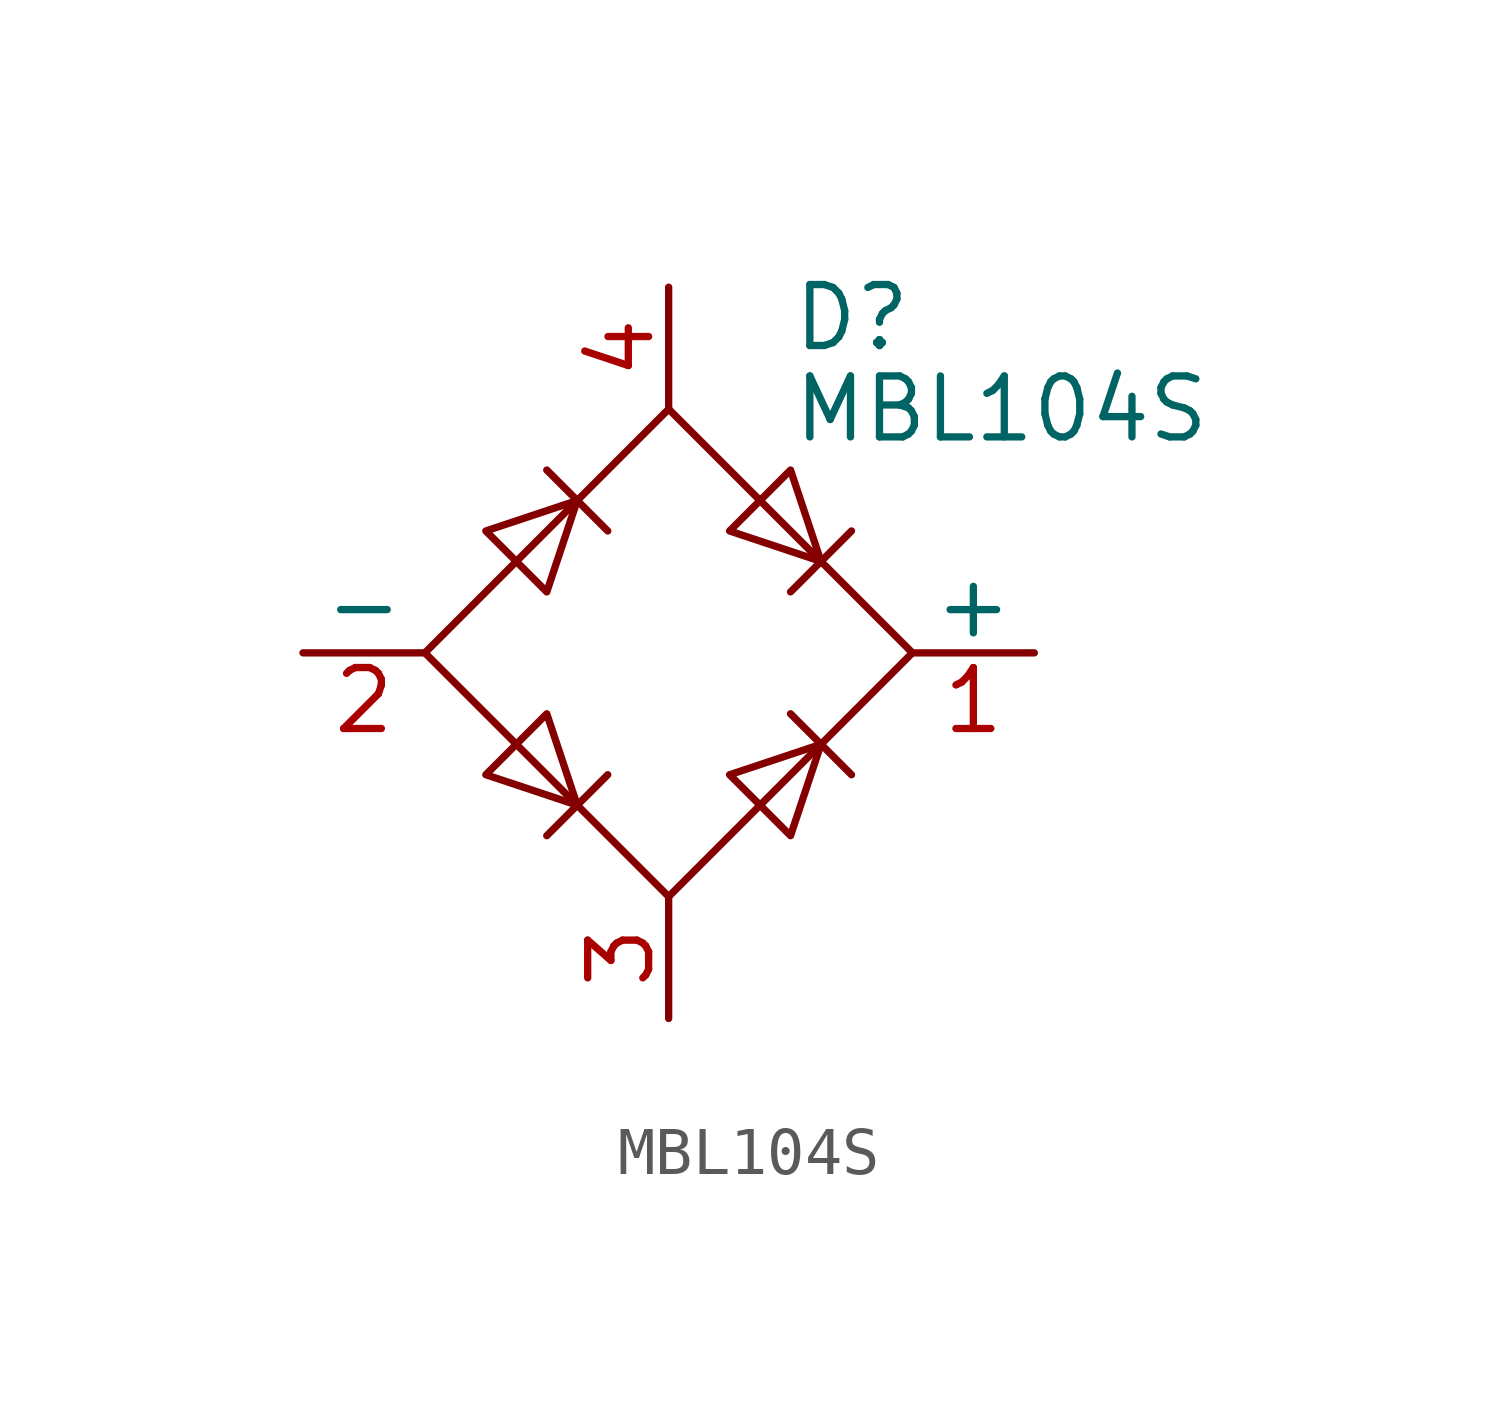
<source format=kicad_sym>
(kicad_symbol_lib
  (version 20211014)
  (generator kicad_symbol_editor)
  (symbol "MBL104S"
    (pin_names
      (offset 0))
    (property "Reference" "D"
      (at 2.54 6.985 0)
      (effects (font (size 1.27 1.27)) (justify left)))
    (property "Value" "MBL104S"
      (at 2.54 5.08 0)
      (effects (font (size 1.27 1.27)) (justify left)))
    (symbol "MBL104S_0_1"
      (polyline (pts (xy -2.54 3.81) (xy -1.27 2.54)) (stroke (width 0) (type default) (color 0 0 0 0)) (fill (type none)))
      (polyline (pts (xy -1.27 -2.54) (xy -2.54 -3.81)) (stroke (width 0) (type default) (color 0 0 0 0)) (fill (type none)))
      (polyline (pts (xy 2.54 -1.27) (xy 3.81 -2.54)) (stroke (width 0) (type default) (color 0 0 0 0)) (fill (type none)))
      (polyline (pts (xy 2.54 1.27) (xy 3.81 2.54)) (stroke (width 0) (type default) (color 0 0 0 0)) (fill (type none)))
      (polyline (pts (xy -3.81 2.54) (xy -2.54 1.27) (xy -1.905 3.175) (xy -3.81 2.54)) (stroke (width 0) (type default) (color 0 0 0 0)) (fill (type none)))
      (polyline (pts (xy -2.54 -1.27) (xy -3.81 -2.54) (xy -1.905 -3.175) (xy -2.54 -1.27)) (stroke (width 0) (type default) (color 0 0 0 0)) (fill (type none)))
      (polyline (pts (xy 1.27 2.54) (xy 2.54 3.81) (xy 3.175 1.905) (xy 1.27 2.54)) (stroke (width 0) (type default) (color 0 0 0 0)) (fill (type none)))
      (polyline (pts (xy 3.175 -1.905) (xy 1.27 -2.54) (xy 2.54 -3.81) (xy 3.175 -1.905)) (stroke (width 0) (type default) (color 0 0 0 0)) (fill (type none)))
      (polyline (pts (xy -5.08 0) (xy 0 -5.08) (xy 5.08 0) (xy 0 5.08) (xy -5.08 0)) (stroke (width 0) (type default) (color 0 0 0 0)) (fill (type none))))
    (symbol "MBL104S_1_1"
      (pin passive line (at 7.62 0 180) (length 2.54) (name "+" (effects (font (size 1.27 1.27)))) (number "1" (effects (font (size 1.27 1.27)))))
      (pin passive line (at -7.62 0 0) (length 2.54) (name "-" (effects (font (size 1.27 1.27)))) (number "2" (effects (font (size 1.27 1.27)))))
      (pin passive line (at 0 -7.62 90) (length 2.54) (name "~" (effects (font (size 1.27 1.27)))) (number "3" (effects (font (size 1.27 1.27)))))
      (pin passive line (at 0 7.62 270) (length 2.54) (name "~" (effects (font (size 1.27 1.27)))) (number "4" (effects (font (size 1.27 1.27))))))))
</source>
